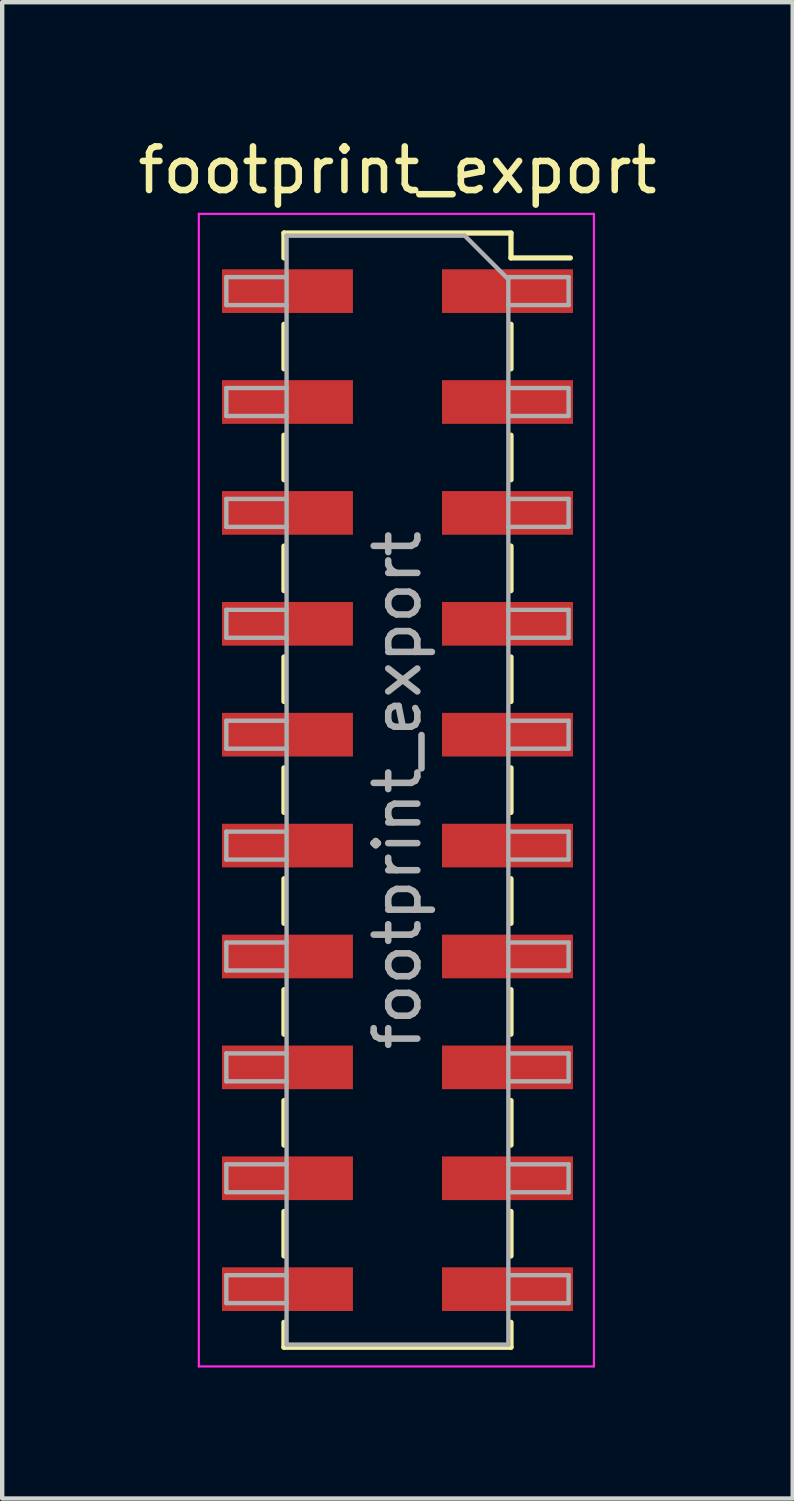
<source format=kicad_pcb>
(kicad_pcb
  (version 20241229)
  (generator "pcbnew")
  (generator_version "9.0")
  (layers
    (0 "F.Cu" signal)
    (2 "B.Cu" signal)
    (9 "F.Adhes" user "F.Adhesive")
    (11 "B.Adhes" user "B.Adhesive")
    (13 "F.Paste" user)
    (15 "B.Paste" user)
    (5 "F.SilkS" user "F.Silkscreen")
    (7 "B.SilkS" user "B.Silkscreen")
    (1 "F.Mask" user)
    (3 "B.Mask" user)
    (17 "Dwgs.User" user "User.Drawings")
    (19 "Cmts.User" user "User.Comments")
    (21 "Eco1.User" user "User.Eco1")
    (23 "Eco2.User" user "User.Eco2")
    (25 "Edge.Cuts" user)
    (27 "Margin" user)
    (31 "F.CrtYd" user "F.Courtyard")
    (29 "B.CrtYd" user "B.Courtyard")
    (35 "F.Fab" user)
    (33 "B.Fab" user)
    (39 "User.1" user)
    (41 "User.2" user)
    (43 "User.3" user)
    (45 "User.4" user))
  (footprint "footprint_export"
    (layer "F.Cu")
    (at 6.054 15.048)
    (property "Reference" "footprint_export" (at 0 -14.2 0) (layer "F.SilkS") (effects (font (size 1 1) (thickness 0.15))))
    (attr smd)
    (fp_line (start -2.6 -12.76) (end -2.6 -12.19) (stroke (width 0.12) (type solid)) (layer "F.SilkS"))
    (fp_line (start -2.6 -12.76) (end 2.6 -12.76) (stroke (width 0.12) (type solid)) (layer "F.SilkS"))
    (fp_line (start -2.6 -10.67) (end -2.6 -9.65) (stroke (width 0.12) (type solid)) (layer "F.SilkS"))
    (fp_line (start -2.6 -8.13) (end -2.6 -7.11) (stroke (width 0.12) (type solid)) (layer "F.SilkS"))
    (fp_line (start -2.6 -5.59) (end -2.6 -4.57) (stroke (width 0.12) (type solid)) (layer "F.SilkS"))
    (fp_line (start -2.6 -3.05) (end -2.6 -2.03) (stroke (width 0.12) (type solid)) (layer "F.SilkS"))
    (fp_line (start -2.6 -0.51) (end -2.6 0.51) (stroke (width 0.12) (type solid)) (layer "F.SilkS"))
    (fp_line (start -2.6 2.03) (end -2.6 3.05) (stroke (width 0.12) (type solid)) (layer "F.SilkS"))
    (fp_line (start -2.6 4.57) (end -2.6 5.59) (stroke (width 0.12) (type solid)) (layer "F.SilkS"))
    (fp_line (start -2.6 7.11) (end -2.6 8.13) (stroke (width 0.12) (type solid)) (layer "F.SilkS"))
    (fp_line (start -2.6 9.65) (end -2.6 10.67) (stroke (width 0.12) (type solid)) (layer "F.SilkS"))
    (fp_line (start -2.6 12.19) (end -2.6 12.76) (stroke (width 0.12) (type solid)) (layer "F.SilkS"))
    (fp_line (start -2.6 12.76) (end 2.6 12.76) (stroke (width 0.12) (type solid)) (layer "F.SilkS"))
    (fp_line (start 2.6 -12.76) (end 2.6 -12.19) (stroke (width 0.12) (type solid)) (layer "F.SilkS"))
    (fp_line (start 2.6 -12.19) (end 3.96 -12.19) (stroke (width 0.12) (type solid)) (layer "F.SilkS"))
    (fp_line (start 2.6 -10.67) (end 2.6 -9.65) (stroke (width 0.12) (type solid)) (layer "F.SilkS"))
    (fp_line (start 2.6 -8.13) (end 2.6 -7.11) (stroke (width 0.12) (type solid)) (layer "F.SilkS"))
    (fp_line (start 2.6 -5.59) (end 2.6 -4.57) (stroke (width 0.12) (type solid)) (layer "F.SilkS"))
    (fp_line (start 2.6 -3.05) (end 2.6 -2.03) (stroke (width 0.12) (type solid)) (layer "F.SilkS"))
    (fp_line (start 2.6 -0.51) (end 2.6 0.51) (stroke (width 0.12) (type solid)) (layer "F.SilkS"))
    (fp_line (start 2.6 2.03) (end 2.6 3.05) (stroke (width 0.12) (type solid)) (layer "F.SilkS"))
    (fp_line (start 2.6 4.57) (end 2.6 5.59) (stroke (width 0.12) (type solid)) (layer "F.SilkS"))
    (fp_line (start 2.6 7.11) (end 2.6 8.13) (stroke (width 0.12) (type solid)) (layer "F.SilkS"))
    (fp_line (start 2.6 9.65) (end 2.6 10.67) (stroke (width 0.12) (type solid)) (layer "F.SilkS"))
    (fp_line (start 2.6 12.19) (end 2.6 12.76) (stroke (width 0.12) (type solid)) (layer "F.SilkS"))
    (fp_line (start -4.55 -13.2) (end 4.5 -13.2) (stroke (width 0.05) (type solid)) (layer "F.CrtYd"))
    (fp_line (start -4.55 13.2) (end -4.55 -13.2) (stroke (width 0.05) (type solid)) (layer "F.CrtYd"))
    (fp_line (start 4.5 -13.2) (end 4.5 13.2) (stroke (width 0.05) (type solid)) (layer "F.CrtYd"))
    (fp_line (start 4.5 13.2) (end -4.55 13.2) (stroke (width 0.05) (type solid)) (layer "F.CrtYd"))
    (fp_line (start -3.92 -11.75) (end -2.54 -11.75) (stroke (width 0.1) (type solid)) (layer "F.Fab"))
    (fp_line (start -3.92 -11.11) (end -3.92 -11.75) (stroke (width 0.1) (type solid)) (layer "F.Fab"))
    (fp_line (start -3.92 -9.21) (end -2.54 -9.21) (stroke (width 0.1) (type solid)) (layer "F.Fab"))
    (fp_line (start -3.92 -8.57) (end -3.92 -9.21) (stroke (width 0.1) (type solid)) (layer "F.Fab"))
    (fp_line (start -3.92 -6.67) (end -2.54 -6.67) (stroke (width 0.1) (type solid)) (layer "F.Fab"))
    (fp_line (start -3.92 -6.03) (end -3.92 -6.67) (stroke (width 0.1) (type solid)) (layer "F.Fab"))
    (fp_line (start -3.92 -4.13) (end -2.54 -4.13) (stroke (width 0.1) (type solid)) (layer "F.Fab"))
    (fp_line (start -3.92 -3.49) (end -3.92 -4.13) (stroke (width 0.1) (type solid)) (layer "F.Fab"))
    (fp_line (start -3.92 -1.59) (end -2.54 -1.59) (stroke (width 0.1) (type solid)) (layer "F.Fab"))
    (fp_line (start -3.92 -0.95) (end -3.92 -1.59) (stroke (width 0.1) (type solid)) (layer "F.Fab"))
    (fp_line (start -3.92 0.95) (end -2.54 0.95) (stroke (width 0.1) (type solid)) (layer "F.Fab"))
    (fp_line (start -3.92 1.59) (end -3.92 0.95) (stroke (width 0.1) (type solid)) (layer "F.Fab"))
    (fp_line (start -3.92 3.49) (end -2.54 3.49) (stroke (width 0.1) (type solid)) (layer "F.Fab"))
    (fp_line (start -3.92 4.13) (end -3.92 3.49) (stroke (width 0.1) (type solid)) (layer "F.Fab"))
    (fp_line (start -3.92 6.03) (end -2.54 6.03) (stroke (width 0.1) (type solid)) (layer "F.Fab"))
    (fp_line (start -3.92 6.67) (end -3.92 6.03) (stroke (width 0.1) (type solid)) (layer "F.Fab"))
    (fp_line (start -3.92 8.57) (end -2.54 8.57) (stroke (width 0.1) (type solid)) (layer "F.Fab"))
    (fp_line (start -3.92 9.21) (end -3.92 8.57) (stroke (width 0.1) (type solid)) (layer "F.Fab"))
    (fp_line (start -3.92 11.11) (end -2.54 11.11) (stroke (width 0.1) (type solid)) (layer "F.Fab"))
    (fp_line (start -3.92 11.75) (end -3.92 11.11) (stroke (width 0.1) (type solid)) (layer "F.Fab"))
    (fp_line (start -2.54 -12.7) (end 1.54 -12.7) (stroke (width 0.1) (type solid)) (layer "F.Fab"))
    (fp_line (start -2.54 -11.11) (end -3.92 -11.11) (stroke (width 0.1) (type solid)) (layer "F.Fab"))
    (fp_line (start -2.54 -8.57) (end -3.92 -8.57) (stroke (width 0.1) (type solid)) (layer "F.Fab"))
    (fp_line (start -2.54 -6.03) (end -3.92 -6.03) (stroke (width 0.1) (type solid)) (layer "F.Fab"))
    (fp_line (start -2.54 -3.49) (end -3.92 -3.49) (stroke (width 0.1) (type solid)) (layer "F.Fab"))
    (fp_line (start -2.54 -0.95) (end -3.92 -0.95) (stroke (width 0.1) (type solid)) (layer "F.Fab"))
    (fp_line (start -2.54 1.59) (end -3.92 1.59) (stroke (width 0.1) (type solid)) (layer "F.Fab"))
    (fp_line (start -2.54 4.13) (end -3.92 4.13) (stroke (width 0.1) (type solid)) (layer "F.Fab"))
    (fp_line (start -2.54 6.67) (end -3.92 6.67) (stroke (width 0.1) (type solid)) (layer "F.Fab"))
    (fp_line (start -2.54 9.21) (end -3.92 9.21) (stroke (width 0.1) (type solid)) (layer "F.Fab"))
    (fp_line (start -2.54 11.75) (end -3.92 11.75) (stroke (width 0.1) (type solid)) (layer "F.Fab"))
    (fp_line (start -2.54 12.7) (end -2.54 -12.7) (stroke (width 0.1) (type solid)) (layer "F.Fab"))
    (fp_line (start 1.54 -12.7) (end 2.54 -11.7) (stroke (width 0.1) (type solid)) (layer "F.Fab"))
    (fp_line (start 2.54 -11.75) (end 3.92 -11.75) (stroke (width 0.1) (type solid)) (layer "F.Fab"))
    (fp_line (start 2.54 -11.7) (end 2.54 12.7) (stroke (width 0.1) (type solid)) (layer "F.Fab"))
    (fp_line (start 2.54 -9.21) (end 3.92 -9.21) (stroke (width 0.1) (type solid)) (layer "F.Fab"))
    (fp_line (start 2.54 -6.67) (end 3.92 -6.67) (stroke (width 0.1) (type solid)) (layer "F.Fab"))
    (fp_line (start 2.54 -4.13) (end 3.92 -4.13) (stroke (width 0.1) (type solid)) (layer "F.Fab"))
    (fp_line (start 2.54 -1.59) (end 3.92 -1.59) (stroke (width 0.1) (type solid)) (layer "F.Fab"))
    (fp_line (start 2.54 0.95) (end 3.92 0.95) (stroke (width 0.1) (type solid)) (layer "F.Fab"))
    (fp_line (start 2.54 3.49) (end 3.92 3.49) (stroke (width 0.1) (type solid)) (layer "F.Fab"))
    (fp_line (start 2.54 6.03) (end 3.92 6.03) (stroke (width 0.1) (type solid)) (layer "F.Fab"))
    (fp_line (start 2.54 8.57) (end 3.92 8.57) (stroke (width 0.1) (type solid)) (layer "F.Fab"))
    (fp_line (start 2.54 11.11) (end 3.92 11.11) (stroke (width 0.1) (type solid)) (layer "F.Fab"))
    (fp_line (start 2.54 12.7) (end -2.54 12.7) (stroke (width 0.1) (type solid)) (layer "F.Fab"))
    (fp_line (start 3.92 -11.75) (end 3.92 -11.11) (stroke (width 0.1) (type solid)) (layer "F.Fab"))
    (fp_line (start 3.92 -11.11) (end 2.54 -11.11) (stroke (width 0.1) (type solid)) (layer "F.Fab"))
    (fp_line (start 3.92 -9.21) (end 3.92 -8.57) (stroke (width 0.1) (type solid)) (layer "F.Fab"))
    (fp_line (start 3.92 -8.57) (end 2.54 -8.57) (stroke (width 0.1) (type solid)) (layer "F.Fab"))
    (fp_line (start 3.92 -6.67) (end 3.92 -6.03) (stroke (width 0.1) (type solid)) (layer "F.Fab"))
    (fp_line (start 3.92 -6.03) (end 2.54 -6.03) (stroke (width 0.1) (type solid)) (layer "F.Fab"))
    (fp_line (start 3.92 -4.13) (end 3.92 -3.49) (stroke (width 0.1) (type solid)) (layer "F.Fab"))
    (fp_line (start 3.92 -3.49) (end 2.54 -3.49) (stroke (width 0.1) (type solid)) (layer "F.Fab"))
    (fp_line (start 3.92 -1.59) (end 3.92 -0.95) (stroke (width 0.1) (type solid)) (layer "F.Fab"))
    (fp_line (start 3.92 -0.95) (end 2.54 -0.95) (stroke (width 0.1) (type solid)) (layer "F.Fab"))
    (fp_line (start 3.92 0.95) (end 3.92 1.59) (stroke (width 0.1) (type solid)) (layer "F.Fab"))
    (fp_line (start 3.92 1.59) (end 2.54 1.59) (stroke (width 0.1) (type solid)) (layer "F.Fab"))
    (fp_line (start 3.92 3.49) (end 3.92 4.13) (stroke (width 0.1) (type solid)) (layer "F.Fab"))
    (fp_line (start 3.92 4.13) (end 2.54 4.13) (stroke (width 0.1) (type solid)) (layer "F.Fab"))
    (fp_line (start 3.92 6.03) (end 3.92 6.67) (stroke (width 0.1) (type solid)) (layer "F.Fab"))
    (fp_line (start 3.92 6.67) (end 2.54 6.67) (stroke (width 0.1) (type solid)) (layer "F.Fab"))
    (fp_line (start 3.92 8.57) (end 3.92 9.21) (stroke (width 0.1) (type solid)) (layer "F.Fab"))
    (fp_line (start 3.92 9.21) (end 2.54 9.21) (stroke (width 0.1) (type solid)) (layer "F.Fab"))
    (fp_line (start 3.92 11.11) (end 3.92 11.75) (stroke (width 0.1) (type solid)) (layer "F.Fab"))
    (fp_line (start 3.92 11.75) (end 2.54 11.75) (stroke (width 0.1) (type solid)) (layer "F.Fab"))
    (fp_text user "${REFERENCE}" (at 0 0 90) (layer "F.Fab") (effects (font (size 1 1) (thickness 0.15))))
    (pad "1" smd rect (at 2.52 -11.43) (size 3 1) (layers "F.Cu" "F.Mask" "F.Paste"))
    (pad "2" smd rect (at -2.52 -11.43) (size 3 1) (layers "F.Cu" "F.Mask" "F.Paste"))
    (pad "3" smd rect (at 2.52 -8.89) (size 3 1) (layers "F.Cu" "F.Mask" "F.Paste"))
    (pad "4" smd rect (at -2.52 -8.89) (size 3 1) (layers "F.Cu" "F.Mask" "F.Paste"))
    (pad "5" smd rect (at 2.52 -6.35) (size 3 1) (layers "F.Cu" "F.Mask" "F.Paste"))
    (pad "6" smd rect (at -2.52 -6.35) (size 3 1) (layers "F.Cu" "F.Mask" "F.Paste"))
    (pad "7" smd rect (at 2.52 -3.81) (size 3 1) (layers "F.Cu" "F.Mask" "F.Paste"))
    (pad "8" smd rect (at -2.52 -3.81) (size 3 1) (layers "F.Cu" "F.Mask" "F.Paste"))
    (pad "9" smd rect (at 2.52 -1.27) (size 3 1) (layers "F.Cu" "F.Mask" "F.Paste"))
    (pad "10" smd rect (at -2.52 -1.27) (size 3 1) (layers "F.Cu" "F.Mask" "F.Paste"))
    (pad "11" smd rect (at 2.52 1.27) (size 3 1) (layers "F.Cu" "F.Mask" "F.Paste"))
    (pad "12" smd rect (at -2.52 1.27) (size 3 1) (layers "F.Cu" "F.Mask" "F.Paste"))
    (pad "13" smd rect (at 2.52 3.81) (size 3 1) (layers "F.Cu" "F.Mask" "F.Paste"))
    (pad "14" smd rect (at -2.52 3.81) (size 3 1) (layers "F.Cu" "F.Mask" "F.Paste"))
    (pad "15" smd rect (at 2.52 6.35) (size 3 1) (layers "F.Cu" "F.Mask" "F.Paste"))
    (pad "16" smd rect (at -2.52 6.35) (size 3 1) (layers "F.Cu" "F.Mask" "F.Paste"))
    (pad "17" smd rect (at 2.52 8.89) (size 3 1) (layers "F.Cu" "F.Mask" "F.Paste"))
    (pad "18" smd rect (at -2.52 8.89) (size 3 1) (layers "F.Cu" "F.Mask" "F.Paste"))
    (pad "19" smd rect (at 2.52 11.43) (size 3 1) (layers "F.Cu" "F.Mask" "F.Paste"))
    (pad "20" smd rect (at -2.52 11.43) (size 3 1) (layers "F.Cu" "F.Mask" "F.Paste")))
  (gr_rect
    (start -3 -3)
    (end 15.107 31.273)
    (stroke (width 0.1) (type default))
    (fill no)
    (layer "Edge.Cuts")))
</source>
